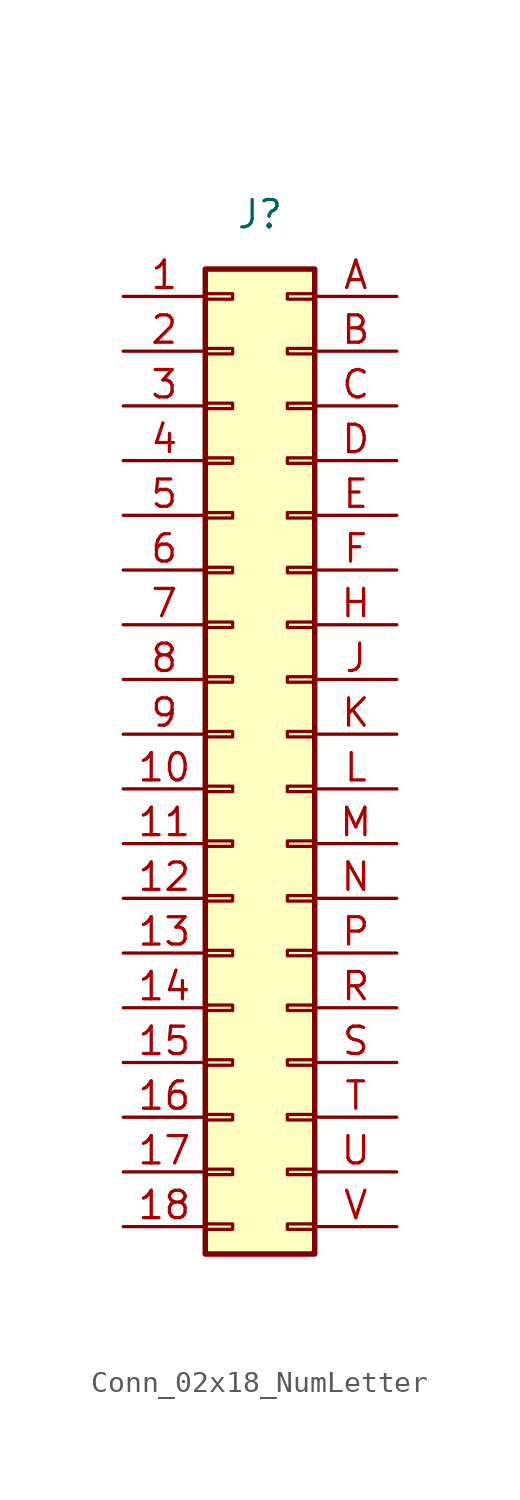
<source format=kicad_sym>
(kicad_symbol_lib
  (version 20231120)
  (generator "kicad_symbol_editor")
  (generator_version "8.0")
  (symbol "Conn_02x18_NumLetter"
    (pin_names hide)
    (property "Reference" "J"
      (at 0 0 0)
      (effects (font (size 1.27 1.27))))
    (property "Value" ""
      (at 0 0 0)
      (effects (font (size 1.27 1.27))))
    (symbol "Conn_02x18_NumLetter_1_1"
      (rectangle (start -2.54 -46.863) (end -1.27 -47.117) (stroke (width 0.152) (type default)) (fill (type none)))
      (rectangle (start -2.54 -44.323) (end -1.27 -44.577) (stroke (width 0.152) (type default)) (fill (type none)))
      (rectangle (start -2.54 -41.783) (end -1.27 -42.037) (stroke (width 0.152) (type default)) (fill (type none)))
      (rectangle (start -2.54 -39.243) (end -1.27 -39.497) (stroke (width 0.152) (type default)) (fill (type none)))
      (rectangle (start -2.54 -36.703) (end -1.27 -36.957) (stroke (width 0.152) (type default)) (fill (type none)))
      (rectangle (start -2.54 -34.163) (end -1.27 -34.417) (stroke (width 0.152) (type default)) (fill (type none)))
      (rectangle (start -2.54 -31.623) (end -1.27 -31.877) (stroke (width 0.152) (type default)) (fill (type none)))
      (rectangle (start -2.54 -29.083) (end -1.27 -29.337) (stroke (width 0.152) (type default)) (fill (type none)))
      (rectangle (start -2.54 -26.543) (end -1.27 -26.797) (stroke (width 0.152) (type default)) (fill (type none)))
      (rectangle (start -2.54 -24.003) (end -1.27 -24.257) (stroke (width 0.152) (type default)) (fill (type none)))
      (rectangle (start -2.54 -21.463) (end -1.27 -21.717) (stroke (width 0.152) (type default)) (fill (type none)))
      (rectangle (start -2.54 -18.923) (end -1.27 -19.177) (stroke (width 0.152) (type default)) (fill (type none)))
      (rectangle (start -2.54 -16.383) (end -1.27 -16.637) (stroke (width 0.152) (type default)) (fill (type none)))
      (rectangle (start -2.54 -13.843) (end -1.27 -14.097) (stroke (width 0.152) (type default)) (fill (type none)))
      (rectangle (start -2.54 -11.303) (end -1.27 -11.557) (stroke (width 0.152) (type default)) (fill (type none)))
      (rectangle (start -2.54 -8.763) (end -1.27 -9.017) (stroke (width 0.152) (type default)) (fill (type none)))
      (rectangle (start -2.54 -6.223) (end -1.27 -6.477) (stroke (width 0.152) (type default)) (fill (type none)))
      (rectangle (start -2.54 -3.683) (end -1.27 -3.937) (stroke (width 0.152) (type default)) (fill (type none)))
      (rectangle (start -2.54 -2.54) (end 2.54 -48.26) (stroke (width 0.254) (type default)) (fill (type background)))
      (rectangle (start 2.54 -46.863) (end 1.27 -47.117) (stroke (width 0.152) (type default)) (fill (type none)))
      (rectangle (start 2.54 -44.323) (end 1.27 -44.577) (stroke (width 0.152) (type default)) (fill (type none)))
      (rectangle (start 2.54 -41.783) (end 1.27 -42.037) (stroke (width 0.152) (type default)) (fill (type none)))
      (rectangle (start 2.54 -39.243) (end 1.27 -39.497) (stroke (width 0.152) (type default)) (fill (type none)))
      (rectangle (start 2.54 -36.703) (end 1.27 -36.957) (stroke (width 0.152) (type default)) (fill (type none)))
      (rectangle (start 2.54 -34.163) (end 1.27 -34.417) (stroke (width 0.152) (type default)) (fill (type none)))
      (rectangle (start 2.54 -31.623) (end 1.27 -31.877) (stroke (width 0.152) (type default)) (fill (type none)))
      (rectangle (start 2.54 -29.083) (end 1.27 -29.337) (stroke (width 0.152) (type default)) (fill (type none)))
      (rectangle (start 2.54 -26.543) (end 1.27 -26.797) (stroke (width 0.152) (type default)) (fill (type none)))
      (rectangle (start 2.54 -24.003) (end 1.27 -24.257) (stroke (width 0.152) (type default)) (fill (type none)))
      (rectangle (start 2.54 -21.463) (end 1.27 -21.717) (stroke (width 0.152) (type default)) (fill (type none)))
      (rectangle (start 2.54 -18.923) (end 1.27 -19.177) (stroke (width 0.152) (type default)) (fill (type none)))
      (rectangle (start 2.54 -16.383) (end 1.27 -16.637) (stroke (width 0.152) (type default)) (fill (type none)))
      (rectangle (start 2.54 -13.843) (end 1.27 -14.097) (stroke (width 0.152) (type default)) (fill (type none)))
      (rectangle (start 2.54 -11.303) (end 1.27 -11.557) (stroke (width 0.152) (type default)) (fill (type none)))
      (rectangle (start 2.54 -8.763) (end 1.27 -9.017) (stroke (width 0.152) (type default)) (fill (type none)))
      (rectangle (start 2.54 -6.223) (end 1.27 -6.477) (stroke (width 0.152) (type default)) (fill (type none)))
      (rectangle (start 2.54 -3.683) (end 1.27 -3.937) (stroke (width 0.152) (type default)) (fill (type none)))
      (pin passive line (at -6.35 -3.81 0) (length 3.81) (name "Pin_1" (effects (font (size 1.27 1.27)))) (number "1" (effects (font (size 1.27 1.27)))))
      (pin passive line (at -6.35 -26.67 0) (length 3.81) (name "Pin_10" (effects (font (size 1.27 1.27)))) (number "10" (effects (font (size 1.27 1.27)))))
      (pin passive line (at -6.35 -29.21 0) (length 3.81) (name "Pin_11" (effects (font (size 1.27 1.27)))) (number "11" (effects (font (size 1.27 1.27)))))
      (pin passive line (at -6.35 -31.75 0) (length 3.81) (name "Pin_12" (effects (font (size 1.27 1.27)))) (number "12" (effects (font (size 1.27 1.27)))))
      (pin passive line (at -6.35 -34.29 0) (length 3.81) (name "Pin_13" (effects (font (size 1.27 1.27)))) (number "13" (effects (font (size 1.27 1.27)))))
      (pin passive line (at -6.35 -36.83 0) (length 3.81) (name "Pin_14" (effects (font (size 1.27 1.27)))) (number "14" (effects (font (size 1.27 1.27)))))
      (pin passive line (at -6.35 -39.37 0) (length 3.81) (name "Pin_15" (effects (font (size 1.27 1.27)))) (number "15" (effects (font (size 1.27 1.27)))))
      (pin passive line (at -6.35 -41.91 0) (length 3.81) (name "Pin_16" (effects (font (size 1.27 1.27)))) (number "16" (effects (font (size 1.27 1.27)))))
      (pin passive line (at -6.35 -44.45 0) (length 3.81) (name "Pin_17" (effects (font (size 1.27 1.27)))) (number "17" (effects (font (size 1.27 1.27)))))
      (pin passive line (at -6.35 -46.99 0) (length 3.81) (name "Pin_18" (effects (font (size 1.27 1.27)))) (number "18" (effects (font (size 1.27 1.27)))))
      (pin passive line (at -6.35 -6.35 0) (length 3.81) (name "Pin_2" (effects (font (size 1.27 1.27)))) (number "2" (effects (font (size 1.27 1.27)))))
      (pin passive line (at -6.35 -8.89 0) (length 3.81) (name "Pin_3" (effects (font (size 1.27 1.27)))) (number "3" (effects (font (size 1.27 1.27)))))
      (pin passive line (at -6.35 -11.43 0) (length 3.81) (name "Pin_4" (effects (font (size 1.27 1.27)))) (number "4" (effects (font (size 1.27 1.27)))))
      (pin passive line (at -6.35 -13.97 0) (length 3.81) (name "Pin_5" (effects (font (size 1.27 1.27)))) (number "5" (effects (font (size 1.27 1.27)))))
      (pin passive line (at -6.35 -16.51 0) (length 3.81) (name "Pin_6" (effects (font (size 1.27 1.27)))) (number "6" (effects (font (size 1.27 1.27)))))
      (pin passive line (at -6.35 -19.05 0) (length 3.81) (name "Pin_7" (effects (font (size 1.27 1.27)))) (number "7" (effects (font (size 1.27 1.27)))))
      (pin passive line (at -6.35 -21.59 0) (length 3.81) (name "Pin_8" (effects (font (size 1.27 1.27)))) (number "8" (effects (font (size 1.27 1.27)))))
      (pin passive line (at -6.35 -24.13 0) (length 3.81) (name "Pin_9" (effects (font (size 1.27 1.27)))) (number "9" (effects (font (size 1.27 1.27)))))
      (pin passive line (at 6.35 -3.81 180) (length 3.81) (name "Pin_A" (effects (font (size 1.27 1.27)))) (number "A" (effects (font (size 1.27 1.27)))))
      (pin passive line (at 6.35 -6.35 180) (length 3.81) (name "Pin_B" (effects (font (size 1.27 1.27)))) (number "B" (effects (font (size 1.27 1.27)))))
      (pin passive line (at 6.35 -8.89 180) (length 3.81) (name "Pin_C" (effects (font (size 1.27 1.27)))) (number "C" (effects (font (size 1.27 1.27)))))
      (pin passive line (at 6.35 -11.43 180) (length 3.81) (name "Pin_D" (effects (font (size 1.27 1.27)))) (number "D" (effects (font (size 1.27 1.27)))))
      (pin passive line (at 6.35 -13.97 180) (length 3.81) (name "Pin_E" (effects (font (size 1.27 1.27)))) (number "E" (effects (font (size 1.27 1.27)))))
      (pin passive line (at 6.35 -16.51 180) (length 3.81) (name "Pin_F" (effects (font (size 1.27 1.27)))) (number "F" (effects (font (size 1.27 1.27)))))
      (pin passive line (at 6.35 -19.05 180) (length 3.81) (name "Pin_H" (effects (font (size 1.27 1.27)))) (number "H" (effects (font (size 1.27 1.27)))))
      (pin passive line (at 6.35 -21.59 180) (length 3.81) (name "Pin_J" (effects (font (size 1.27 1.27)))) (number "J" (effects (font (size 1.27 1.27)))))
      (pin passive line (at 6.35 -24.13 180) (length 3.81) (name "Pin_K" (effects (font (size 1.27 1.27)))) (number "K" (effects (font (size 1.27 1.27)))))
      (pin passive line (at 6.35 -26.67 180) (length 3.81) (name "Pin_L" (effects (font (size 1.27 1.27)))) (number "L" (effects (font (size 1.27 1.27)))))
      (pin passive line (at 6.35 -29.21 180) (length 3.81) (name "Pin_M" (effects (font (size 1.27 1.27)))) (number "M" (effects (font (size 1.27 1.27)))))
      (pin passive line (at 6.35 -31.75 180) (length 3.81) (name "Pin_N" (effects (font (size 1.27 1.27)))) (number "N" (effects (font (size 1.27 1.27)))))
      (pin passive line (at 6.35 -34.29 180) (length 3.81) (name "Pin_P" (effects (font (size 1.27 1.27)))) (number "P" (effects (font (size 1.27 1.27)))))
      (pin passive line (at 6.35 -36.83 180) (length 3.81) (name "Pin_R" (effects (font (size 1.27 1.27)))) (number "R" (effects (font (size 1.27 1.27)))))
      (pin passive line (at 6.35 -39.37 180) (length 3.81) (name "Pin_S" (effects (font (size 1.27 1.27)))) (number "S" (effects (font (size 1.27 1.27)))))
      (pin passive line (at 6.35 -41.91 180) (length 3.81) (name "Pin_T" (effects (font (size 1.27 1.27)))) (number "T" (effects (font (size 1.27 1.27)))))
      (pin passive line (at 6.35 -44.45 180) (length 3.81) (name "Pin_U" (effects (font (size 1.27 1.27)))) (number "U" (effects (font (size 1.27 1.27)))))
      (pin passive line (at 6.35 -46.99 180) (length 3.81) (name "Pin_V" (effects (font (size 1.27 1.27)))) (number "V" (effects (font (size 1.27 1.27))))))))
</source>
